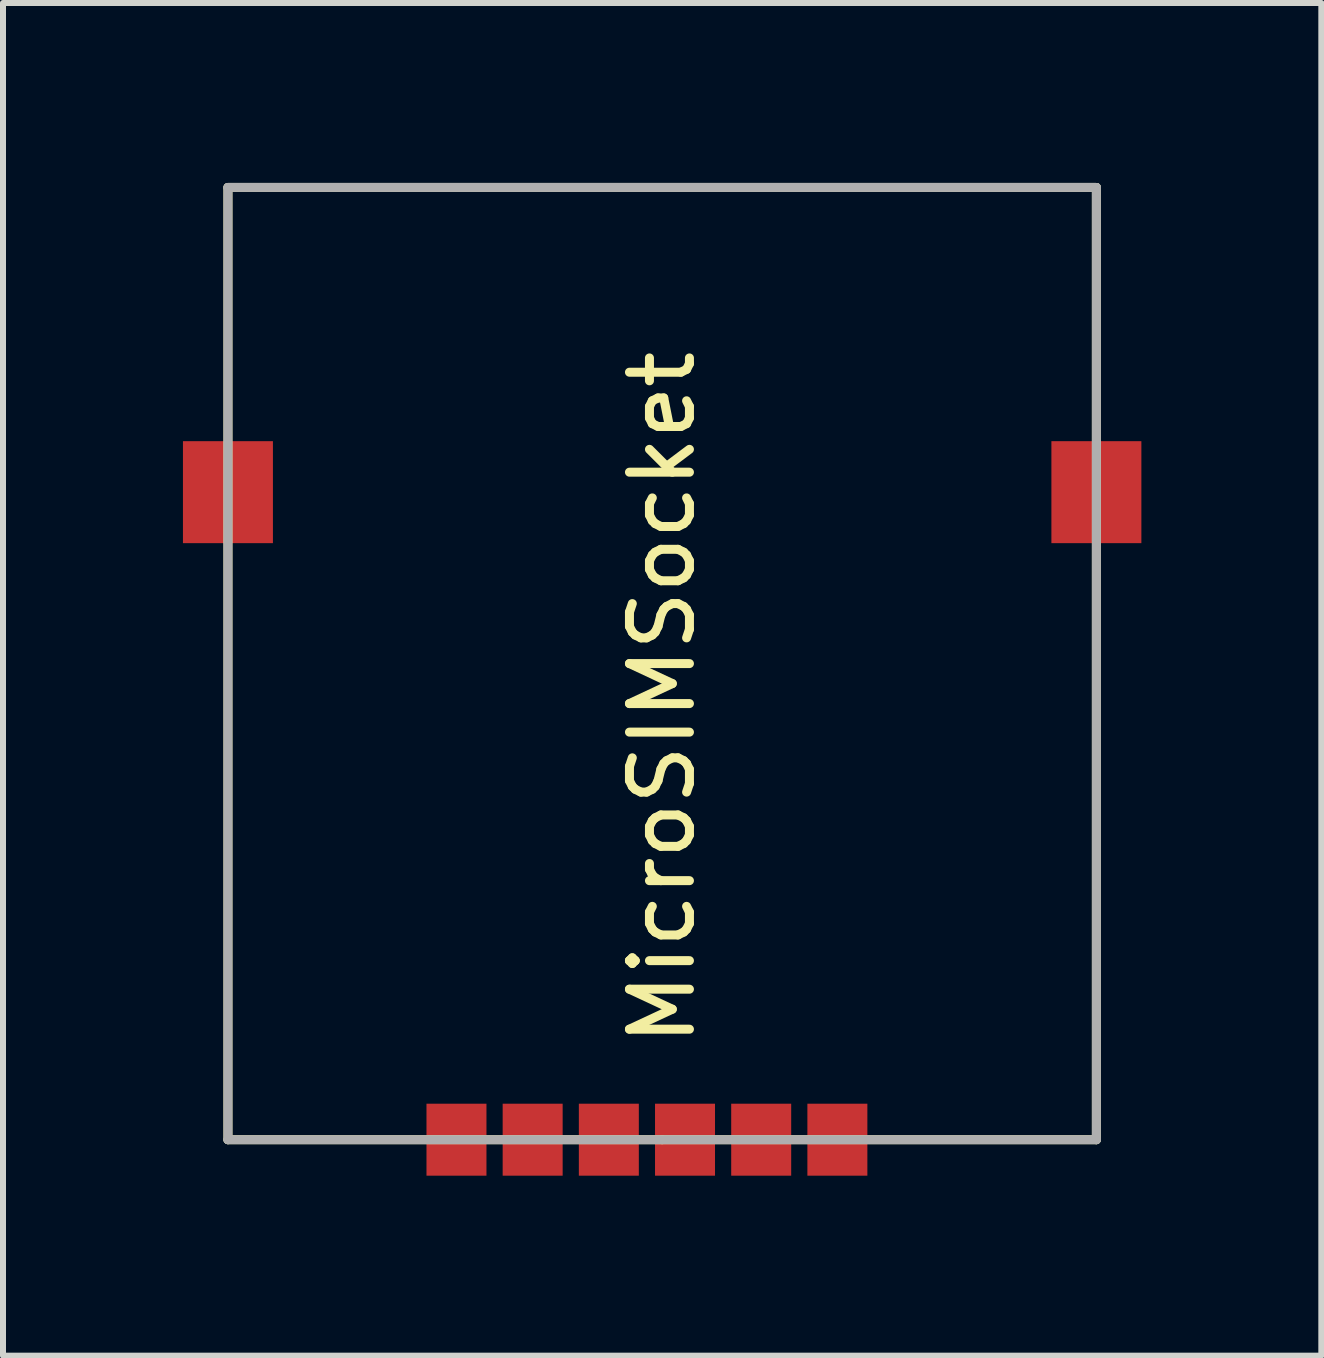
<source format=kicad_pcb>
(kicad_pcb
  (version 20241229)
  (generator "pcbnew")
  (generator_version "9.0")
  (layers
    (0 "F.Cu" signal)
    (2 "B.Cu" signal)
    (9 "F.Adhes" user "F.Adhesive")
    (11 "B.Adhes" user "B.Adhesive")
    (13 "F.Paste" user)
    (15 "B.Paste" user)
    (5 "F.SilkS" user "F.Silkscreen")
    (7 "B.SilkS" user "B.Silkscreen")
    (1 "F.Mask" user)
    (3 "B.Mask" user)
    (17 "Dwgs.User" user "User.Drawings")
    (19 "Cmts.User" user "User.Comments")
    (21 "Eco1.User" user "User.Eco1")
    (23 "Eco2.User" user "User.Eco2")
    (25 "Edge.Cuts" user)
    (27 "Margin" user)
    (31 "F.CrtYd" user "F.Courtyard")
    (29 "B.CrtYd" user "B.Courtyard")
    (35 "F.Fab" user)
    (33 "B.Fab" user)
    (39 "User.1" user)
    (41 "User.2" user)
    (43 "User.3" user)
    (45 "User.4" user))
  (footprint "MicroSIMSocket"
    (layer "F.Cu")
    (at 7.989 15.95)
    (property "Reference" "MicroSIMSocket" (at 0 -7.366 270) (layer "F.SilkS") (effects (font (size 1 1) (thickness 0.15))))
    (attr through_hole)
    (fp_line (start -7.239 -15.875) (end 7.239 -15.875) (stroke (width 0.15) (type solid)) (layer "F.SilkS"))
    (fp_line (start -7.239 0) (end -7.239 -15.875) (stroke (width 0.15) (type solid)) (layer "F.SilkS"))
    (fp_line (start 0 0) (end -7.239 0) (stroke (width 0.15) (type solid)) (layer "F.SilkS"))
    (fp_line (start 7.239 -15.875) (end 7.239 0) (stroke (width 0.15) (type solid)) (layer "F.SilkS"))
    (fp_line (start 7.239 0) (end 0 0) (stroke (width 0.15) (type solid)) (layer "F.SilkS"))
    (fp_line (start -7.239 -15.875) (end 7.239 -15.875) (stroke (width 0.15) (type solid)) (layer "F.Fab"))
    (fp_line (start -7.239 0) (end -7.239 -15.875) (stroke (width 0.15) (type solid)) (layer "F.Fab"))
    (fp_line (start 7.239 -15.875) (end 7.239 0) (stroke (width 0.15) (type solid)) (layer "F.Fab"))
    (fp_line (start 7.239 0) (end -7.239 0) (stroke (width 0.15) (type solid)) (layer "F.Fab"))
    (pad "1" smd rect (at -2.159 0) (size 1 1.2) (layers "F.Cu" "F.Mask" "F.Paste"))
    (pad "2" smd rect (at 0.381 0) (size 1 1.2) (layers "F.Cu" "F.Mask" "F.Paste"))
    (pad "3" smd rect (at 2.921 0) (size 1 1.2) (layers "F.Cu" "F.Mask" "F.Paste"))
    (pad "5" smd rect (at -7.239 -10.795) (size 1.5 1.7) (layers "F.Cu" "F.Mask" "F.Paste"))
    (pad "5" smd rect (at -3.429 0) (size 1 1.2) (layers "F.Cu" "F.Mask" "F.Paste"))
    (pad "5" smd rect (at 7.239 -10.795) (size 1.5 1.7) (layers "F.Cu" "F.Mask" "F.Paste"))
    (pad "6" smd rect (at -0.889 0) (size 1 1.2) (layers "F.Cu" "F.Mask" "F.Paste"))
    (pad "7" smd rect (at 1.651 0) (size 1 1.2) (layers "F.Cu" "F.Mask" "F.Paste")))
  (gr_rect
    (start -3 -3)
    (end 18.978 19.55)
    (stroke (width 0.1) (type default))
    (fill no)
    (layer "Edge.Cuts")))
</source>
